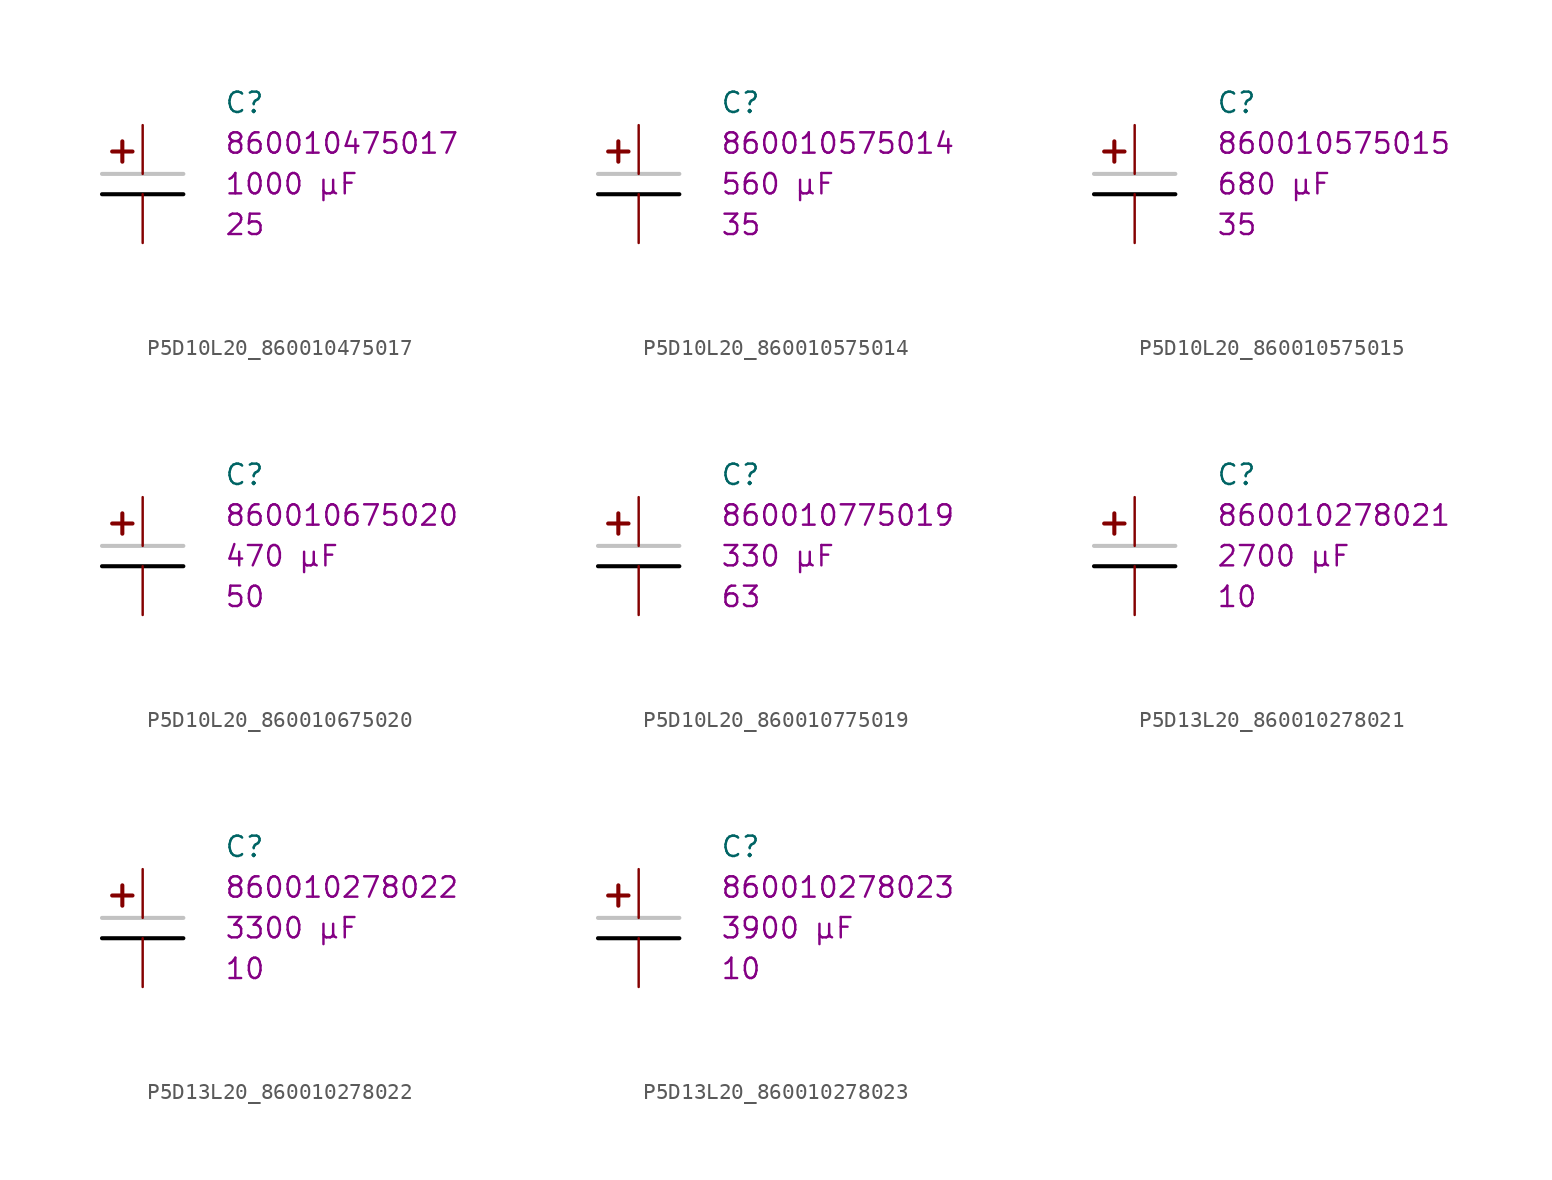
<source format=kicad_sym>
(kicad_symbol_lib
  (version 20220914)
  (generator kicad_symbol_editor)
  (symbol "P5D10L20_860010475017"
    (pin_numbers hide)
    (pin_names hide)
    (property "Reference" "C"
      (at 5.08 5.08 0)
      (effects (font (size 1.27 1.27)) (justify left)))
    (property "Part Number" "860010475017"
      (at 5.08 2.54 0)
      (effects (font (size 1.27 1.27)) (justify left)))
    (property "Capacitance" "1000 µF"
      (at 5.08 0 0)
      (effects (font (size 1.27 1.27)) (justify left)))
    (property "Voltage" "25"
      (at 5.08 -2.54 0)
      (effects (font (size 1.27 1.27)) (justify left)))
    (property "Critical Parameter" ""
      (at 0 -7.62 0)
      (effects (font (size 1.27 1.27))))
    (symbol "P5D10L20_860010475017_1_1"
      (polyline (pts (xy -1.27 2.667) (xy -1.27 1.397)) (stroke (width 0.254) (type default)) (fill (type none)))
      (polyline (pts (xy -0.635 2.032) (xy -1.905 2.032)) (stroke (width 0.254) (type default)) (fill (type none)))
      (polyline (pts (xy 2.54 -0.635) (xy -2.54 -0.635)) (stroke (width 0.254) (type default) (color 0 0 0 1)) (fill (type none)))
      (polyline (pts (xy 2.54 0.635) (xy -2.54 0.635)) (stroke (width 0.254) (type default) (color 194 194 194 1)) (fill (type none)))
      (pin passive line (at 0 3.679 270) (length 3.044) (name "1" (effects (font (size 1.27 1.27)))) (number "1" (effects (font (size 1.27 1.27)))))
      (pin passive line (at 0 -3.679 90) (length 3.044) (name "2" (effects (font (size 1.27 1.27)))) (number "2" (effects (font (size 1.27 1.27)))))))
  (symbol "P5D10L20_860010575014"
    (pin_numbers hide)
    (pin_names hide)
    (property "Reference" "C"
      (at 5.08 5.08 0)
      (effects (font (size 1.27 1.27)) (justify left)))
    (property "Part Number" "860010575014"
      (at 5.08 2.54 0)
      (effects (font (size 1.27 1.27)) (justify left)))
    (property "Capacitance" "560 µF"
      (at 5.08 0 0)
      (effects (font (size 1.27 1.27)) (justify left)))
    (property "Voltage" "35"
      (at 5.08 -2.54 0)
      (effects (font (size 1.27 1.27)) (justify left)))
    (property "Critical Parameter" ""
      (at 0 -7.62 0)
      (effects (font (size 1.27 1.27))))
    (symbol "P5D10L20_860010575014_1_1"
      (polyline (pts (xy -1.27 2.667) (xy -1.27 1.397)) (stroke (width 0.254) (type default)) (fill (type none)))
      (polyline (pts (xy -0.635 2.032) (xy -1.905 2.032)) (stroke (width 0.254) (type default)) (fill (type none)))
      (polyline (pts (xy 2.54 -0.635) (xy -2.54 -0.635)) (stroke (width 0.254) (type default) (color 0 0 0 1)) (fill (type none)))
      (polyline (pts (xy 2.54 0.635) (xy -2.54 0.635)) (stroke (width 0.254) (type default) (color 194 194 194 1)) (fill (type none)))
      (pin passive line (at 0 3.679 270) (length 3.044) (name "1" (effects (font (size 1.27 1.27)))) (number "1" (effects (font (size 1.27 1.27)))))
      (pin passive line (at 0 -3.679 90) (length 3.044) (name "2" (effects (font (size 1.27 1.27)))) (number "2" (effects (font (size 1.27 1.27)))))))
  (symbol "P5D10L20_860010575015"
    (pin_numbers hide)
    (pin_names hide)
    (property "Reference" "C"
      (at 5.08 5.08 0)
      (effects (font (size 1.27 1.27)) (justify left)))
    (property "Part Number" "860010575015"
      (at 5.08 2.54 0)
      (effects (font (size 1.27 1.27)) (justify left)))
    (property "Capacitance" "680 µF"
      (at 5.08 0 0)
      (effects (font (size 1.27 1.27)) (justify left)))
    (property "Voltage" "35"
      (at 5.08 -2.54 0)
      (effects (font (size 1.27 1.27)) (justify left)))
    (property "Critical Parameter" ""
      (at 0 -7.62 0)
      (effects (font (size 1.27 1.27))))
    (symbol "P5D10L20_860010575015_1_1"
      (polyline (pts (xy -1.27 2.667) (xy -1.27 1.397)) (stroke (width 0.254) (type default)) (fill (type none)))
      (polyline (pts (xy -0.635 2.032) (xy -1.905 2.032)) (stroke (width 0.254) (type default)) (fill (type none)))
      (polyline (pts (xy 2.54 -0.635) (xy -2.54 -0.635)) (stroke (width 0.254) (type default) (color 0 0 0 1)) (fill (type none)))
      (polyline (pts (xy 2.54 0.635) (xy -2.54 0.635)) (stroke (width 0.254) (type default) (color 194 194 194 1)) (fill (type none)))
      (pin passive line (at 0 3.679 270) (length 3.044) (name "1" (effects (font (size 1.27 1.27)))) (number "1" (effects (font (size 1.27 1.27)))))
      (pin passive line (at 0 -3.679 90) (length 3.044) (name "2" (effects (font (size 1.27 1.27)))) (number "2" (effects (font (size 1.27 1.27)))))))
  (symbol "P5D10L20_860010675020"
    (pin_numbers hide)
    (pin_names hide)
    (property "Reference" "C"
      (at 5.08 5.08 0)
      (effects (font (size 1.27 1.27)) (justify left)))
    (property "Part Number" "860010675020"
      (at 5.08 2.54 0)
      (effects (font (size 1.27 1.27)) (justify left)))
    (property "Capacitance" "470 µF"
      (at 5.08 0 0)
      (effects (font (size 1.27 1.27)) (justify left)))
    (property "Voltage" "50"
      (at 5.08 -2.54 0)
      (effects (font (size 1.27 1.27)) (justify left)))
    (property "Critical Parameter" ""
      (at 0 -7.62 0)
      (effects (font (size 1.27 1.27))))
    (symbol "P5D10L20_860010675020_1_1"
      (polyline (pts (xy -1.27 2.667) (xy -1.27 1.397)) (stroke (width 0.254) (type default)) (fill (type none)))
      (polyline (pts (xy -0.635 2.032) (xy -1.905 2.032)) (stroke (width 0.254) (type default)) (fill (type none)))
      (polyline (pts (xy 2.54 -0.635) (xy -2.54 -0.635)) (stroke (width 0.254) (type default) (color 0 0 0 1)) (fill (type none)))
      (polyline (pts (xy 2.54 0.635) (xy -2.54 0.635)) (stroke (width 0.254) (type default) (color 194 194 194 1)) (fill (type none)))
      (pin passive line (at 0 3.679 270) (length 3.044) (name "1" (effects (font (size 1.27 1.27)))) (number "1" (effects (font (size 1.27 1.27)))))
      (pin passive line (at 0 -3.679 90) (length 3.044) (name "2" (effects (font (size 1.27 1.27)))) (number "2" (effects (font (size 1.27 1.27)))))))
  (symbol "P5D10L20_860010775019"
    (pin_numbers hide)
    (pin_names hide)
    (property "Reference" "C"
      (at 5.08 5.08 0)
      (effects (font (size 1.27 1.27)) (justify left)))
    (property "Part Number" "860010775019"
      (at 5.08 2.54 0)
      (effects (font (size 1.27 1.27)) (justify left)))
    (property "Capacitance" "330 µF"
      (at 5.08 0 0)
      (effects (font (size 1.27 1.27)) (justify left)))
    (property "Voltage" "63"
      (at 5.08 -2.54 0)
      (effects (font (size 1.27 1.27)) (justify left)))
    (property "Critical Parameter" ""
      (at 0 -7.62 0)
      (effects (font (size 1.27 1.27))))
    (symbol "P5D10L20_860010775019_1_1"
      (polyline (pts (xy -1.27 2.667) (xy -1.27 1.397)) (stroke (width 0.254) (type default)) (fill (type none)))
      (polyline (pts (xy -0.635 2.032) (xy -1.905 2.032)) (stroke (width 0.254) (type default)) (fill (type none)))
      (polyline (pts (xy 2.54 -0.635) (xy -2.54 -0.635)) (stroke (width 0.254) (type default) (color 0 0 0 1)) (fill (type none)))
      (polyline (pts (xy 2.54 0.635) (xy -2.54 0.635)) (stroke (width 0.254) (type default) (color 194 194 194 1)) (fill (type none)))
      (pin passive line (at 0 3.679 270) (length 3.044) (name "1" (effects (font (size 1.27 1.27)))) (number "1" (effects (font (size 1.27 1.27)))))
      (pin passive line (at 0 -3.679 90) (length 3.044) (name "2" (effects (font (size 1.27 1.27)))) (number "2" (effects (font (size 1.27 1.27)))))))
  (symbol "P5D13L20_860010278021"
    (pin_numbers hide)
    (pin_names hide)
    (property "Reference" "C"
      (at 5.08 5.08 0)
      (effects (font (size 1.27 1.27)) (justify left)))
    (property "Part Number" "860010278021"
      (at 5.08 2.54 0)
      (effects (font (size 1.27 1.27)) (justify left)))
    (property "Capacitance" "2700 µF"
      (at 5.08 0 0)
      (effects (font (size 1.27 1.27)) (justify left)))
    (property "Voltage" "10"
      (at 5.08 -2.54 0)
      (effects (font (size 1.27 1.27)) (justify left)))
    (property "Critical Parameter" ""
      (at 0 -7.62 0)
      (effects (font (size 1.27 1.27))))
    (symbol "P5D13L20_860010278021_1_1"
      (polyline (pts (xy -1.27 2.667) (xy -1.27 1.397)) (stroke (width 0.254) (type default)) (fill (type none)))
      (polyline (pts (xy -0.635 2.032) (xy -1.905 2.032)) (stroke (width 0.254) (type default)) (fill (type none)))
      (polyline (pts (xy 2.54 -0.635) (xy -2.54 -0.635)) (stroke (width 0.254) (type default) (color 0 0 0 1)) (fill (type none)))
      (polyline (pts (xy 2.54 0.635) (xy -2.54 0.635)) (stroke (width 0.254) (type default) (color 194 194 194 1)) (fill (type none)))
      (pin passive line (at 0 3.679 270) (length 3.044) (name "1" (effects (font (size 1.27 1.27)))) (number "1" (effects (font (size 1.27 1.27)))))
      (pin passive line (at 0 -3.679 90) (length 3.044) (name "2" (effects (font (size 1.27 1.27)))) (number "2" (effects (font (size 1.27 1.27)))))))
  (symbol "P5D13L20_860010278022"
    (pin_numbers hide)
    (pin_names hide)
    (property "Reference" "C"
      (at 5.08 5.08 0)
      (effects (font (size 1.27 1.27)) (justify left)))
    (property "Part Number" "860010278022"
      (at 5.08 2.54 0)
      (effects (font (size 1.27 1.27)) (justify left)))
    (property "Capacitance" "3300 µF"
      (at 5.08 0 0)
      (effects (font (size 1.27 1.27)) (justify left)))
    (property "Voltage" "10"
      (at 5.08 -2.54 0)
      (effects (font (size 1.27 1.27)) (justify left)))
    (property "Critical Parameter" ""
      (at 0 -7.62 0)
      (effects (font (size 1.27 1.27))))
    (symbol "P5D13L20_860010278022_1_1"
      (polyline (pts (xy -1.27 2.667) (xy -1.27 1.397)) (stroke (width 0.254) (type default)) (fill (type none)))
      (polyline (pts (xy -0.635 2.032) (xy -1.905 2.032)) (stroke (width 0.254) (type default)) (fill (type none)))
      (polyline (pts (xy 2.54 -0.635) (xy -2.54 -0.635)) (stroke (width 0.254) (type default) (color 0 0 0 1)) (fill (type none)))
      (polyline (pts (xy 2.54 0.635) (xy -2.54 0.635)) (stroke (width 0.254) (type default) (color 194 194 194 1)) (fill (type none)))
      (pin passive line (at 0 3.679 270) (length 3.044) (name "1" (effects (font (size 1.27 1.27)))) (number "1" (effects (font (size 1.27 1.27)))))
      (pin passive line (at 0 -3.679 90) (length 3.044) (name "2" (effects (font (size 1.27 1.27)))) (number "2" (effects (font (size 1.27 1.27)))))))
  (symbol "P5D13L20_860010278023"
    (pin_numbers hide)
    (pin_names hide)
    (property "Reference" "C"
      (at 5.08 5.08 0)
      (effects (font (size 1.27 1.27)) (justify left)))
    (property "Part Number" "860010278023"
      (at 5.08 2.54 0)
      (effects (font (size 1.27 1.27)) (justify left)))
    (property "Capacitance" "3900 µF"
      (at 5.08 0 0)
      (effects (font (size 1.27 1.27)) (justify left)))
    (property "Voltage" "10"
      (at 5.08 -2.54 0)
      (effects (font (size 1.27 1.27)) (justify left)))
    (property "Critical Parameter" ""
      (at 0 -7.62 0)
      (effects (font (size 1.27 1.27))))
    (symbol "P5D13L20_860010278023_1_1"
      (polyline (pts (xy -1.27 2.667) (xy -1.27 1.397)) (stroke (width 0.254) (type default)) (fill (type none)))
      (polyline (pts (xy -0.635 2.032) (xy -1.905 2.032)) (stroke (width 0.254) (type default)) (fill (type none)))
      (polyline (pts (xy 2.54 -0.635) (xy -2.54 -0.635)) (stroke (width 0.254) (type default) (color 0 0 0 1)) (fill (type none)))
      (polyline (pts (xy 2.54 0.635) (xy -2.54 0.635)) (stroke (width 0.254) (type default) (color 194 194 194 1)) (fill (type none)))
      (pin passive line (at 0 3.679 270) (length 3.044) (name "1" (effects (font (size 1.27 1.27)))) (number "1" (effects (font (size 1.27 1.27)))))
      (pin passive line (at 0 -3.679 90) (length 3.044) (name "2" (effects (font (size 1.27 1.27)))) (number "2" (effects (font (size 1.27 1.27))))))))
</source>
